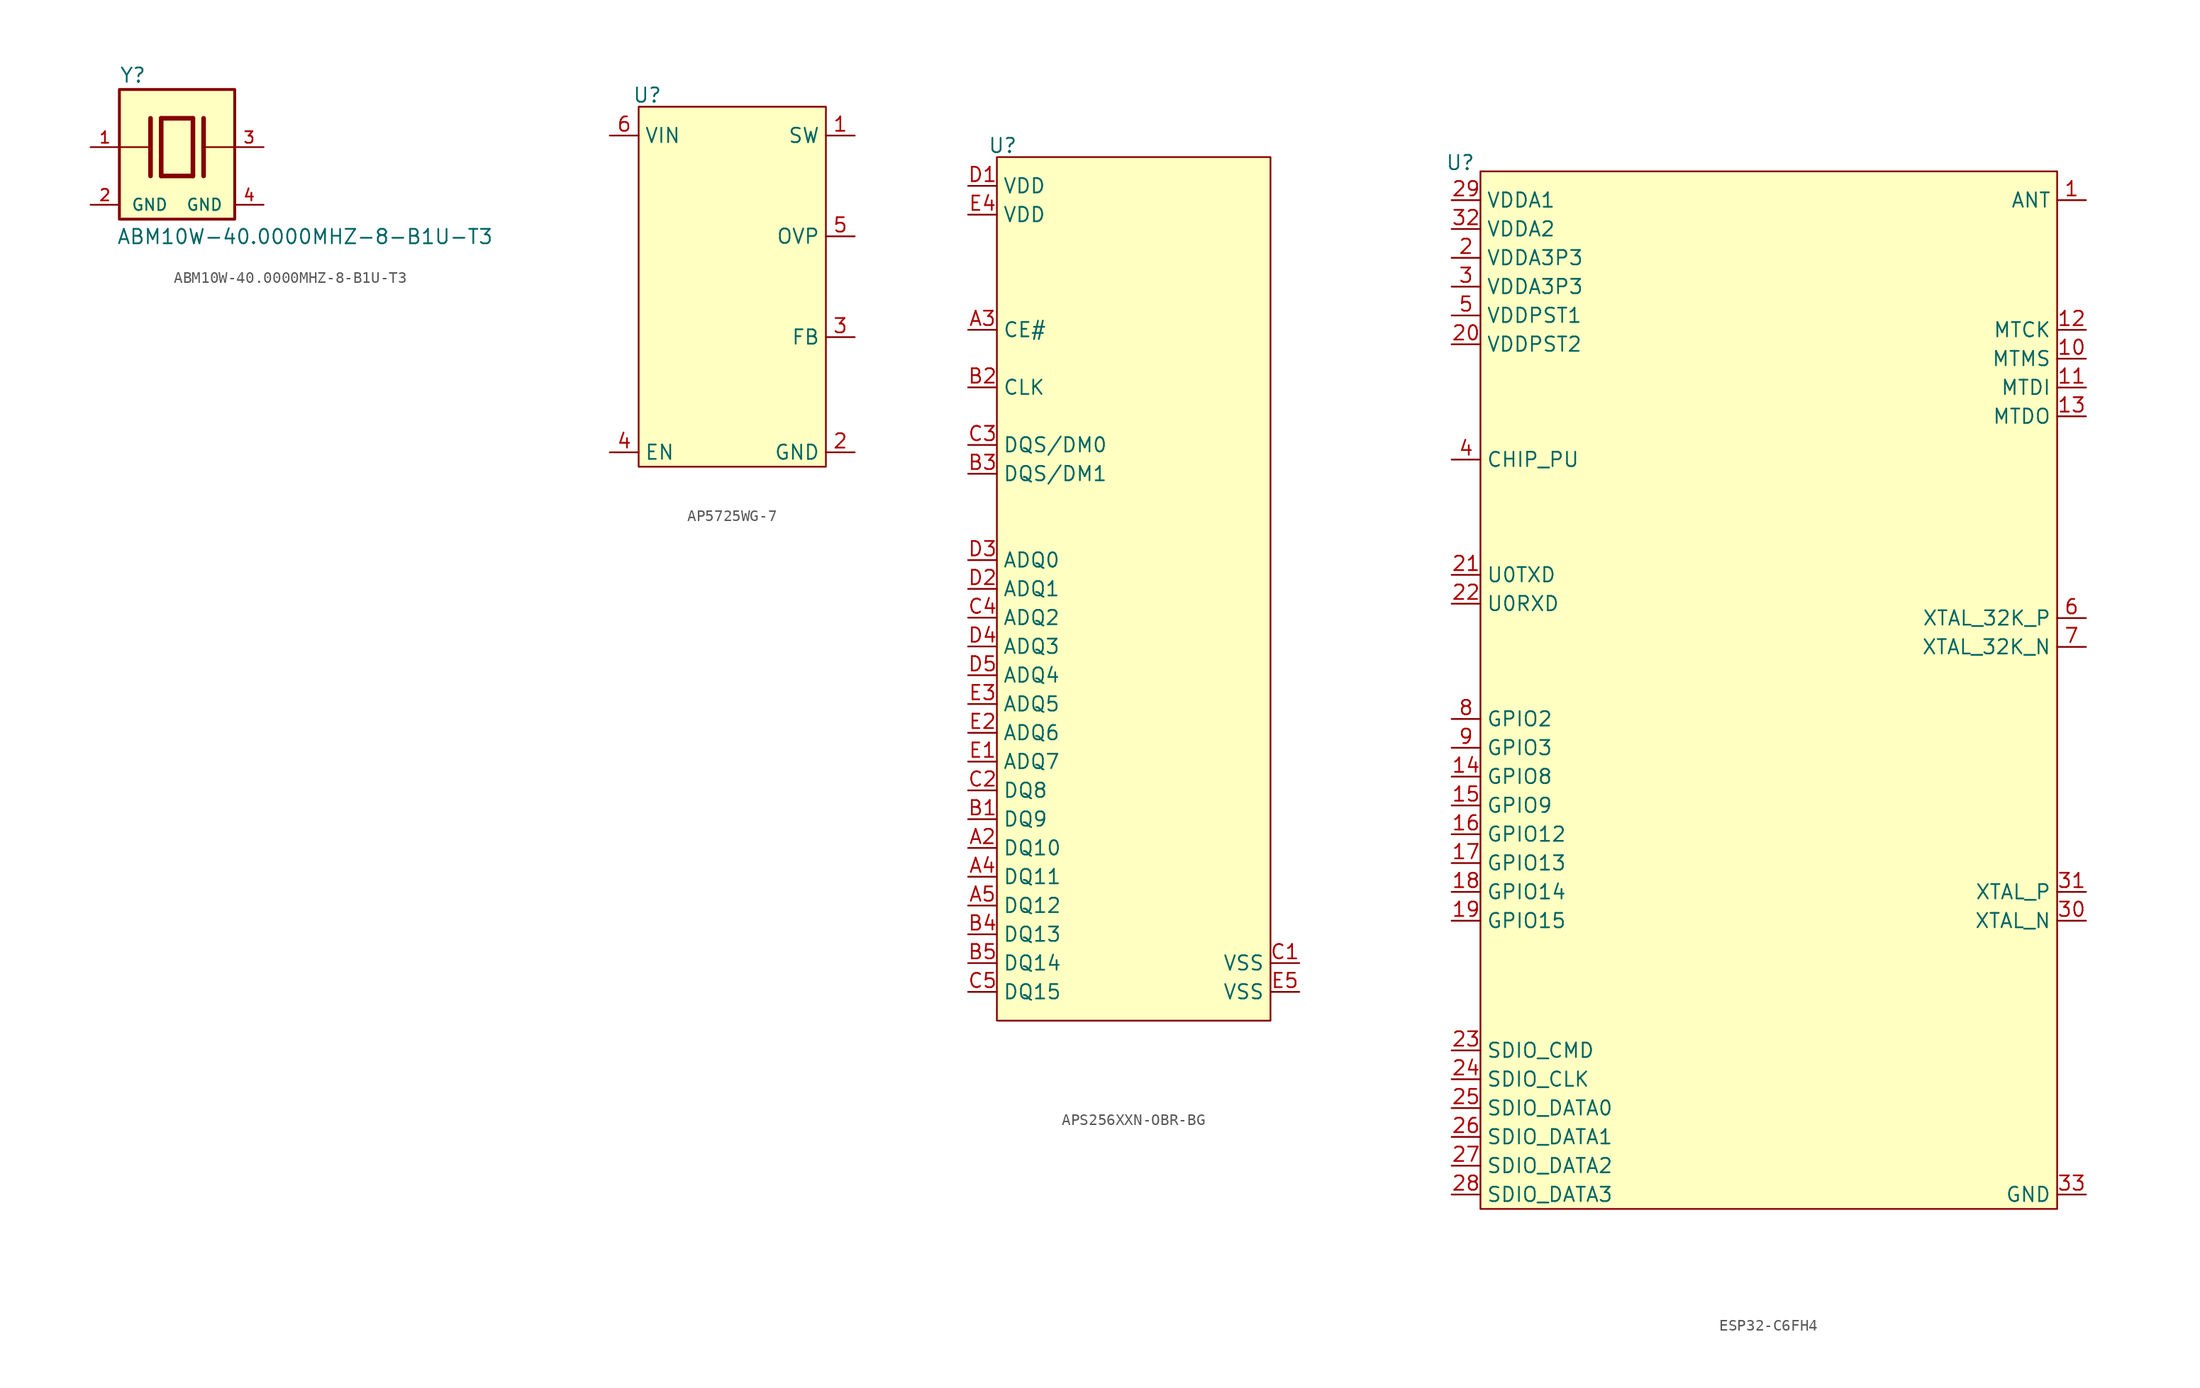
<source format=kicad_sym>
(kicad_symbol_lib
  (version 20241209)
  (generator "kicad_symbol_editor")
  (generator_version "9.0")
  (symbol "ABM10W-40.0000MHZ-8-B1U-T3"
    (pin_names
      (offset 1.016))
    (property "Reference" "Y"
      (at -5.08 5.588 0)
      (effects (font (size 1.27 1.27)) (justify left bottom)))
    (property "Value" "ABM10W-40.0000MHZ-8-B1U-T3"
      (at -5.334 -8.636 0)
      (effects (font (size 1.27 1.27)) (justify left bottom)))
    (symbol "ABM10W-40.0000MHZ-8-B1U-T3_0_0"
      (rectangle (start -5.08 5.08) (end 5.08 -6.35) (stroke (width 0.254) (type default)) (fill (type background)))
      (polyline (pts (xy -5.08 0) (xy -2.54 0)) (stroke (width 0.152) (type default)) (fill (type none)))
      (polyline (pts (xy -2.337 2.54) (xy -2.337 -2.54)) (stroke (width 0.406) (type default)) (fill (type none)))
      (polyline (pts (xy -1.397 2.54) (xy -1.397 -2.54)) (stroke (width 0.406) (type default)) (fill (type none)))
      (polyline (pts (xy -1.397 2.54) (xy 1.397 2.54)) (stroke (width 0.406) (type default)) (fill (type none)))
      (polyline (pts (xy 1.397 2.54) (xy 1.397 -2.54)) (stroke (width 0.406) (type default)) (fill (type none)))
      (polyline (pts (xy 1.397 -2.54) (xy -1.397 -2.54)) (stroke (width 0.406) (type default)) (fill (type none)))
      (polyline (pts (xy 2.337 2.54) (xy 2.337 -2.54)) (stroke (width 0.406) (type default)) (fill (type none)))
      (polyline (pts (xy 2.54 0) (xy 5.08 0)) (stroke (width 0.152) (type default)) (fill (type none)))
      (pin passive line (at -7.62 0 0) (length 2.54) (name "~" (effects (font (size 1.016 1.016)))) (number "1" (effects (font (size 1.016 1.016)))))
      (pin power_in line (at -7.62 -5.08 0) (length 2.54) (name "GND" (effects (font (size 1.016 1.016)))) (number "2" (effects (font (size 1.016 1.016)))))
      (pin passive line (at 7.62 0 180) (length 2.54) (name "~" (effects (font (size 1.016 1.016)))) (number "3" (effects (font (size 1.016 1.016)))))
      (pin power_in line (at 7.62 -5.08 180) (length 2.54) (name "GND" (effects (font (size 1.016 1.016)))) (number "4" (effects (font (size 1.016 1.016)))))))
  (symbol "AP5725WG-7"
    (property "Reference" "U"
      (at 0.762 1.016 0)
      (effects (font (size 1.27 1.27))))
    (property "Value" ""
      (at 0 0 0)
      (effects (font (size 1.27 1.27))))
    (symbol "AP5725WG-7_0_1"
      (rectangle (start 0 0) (end 16.51 -31.75) (stroke (width 0) (type default)) (fill (type background))))
    (symbol "AP5725WG-7_1_1"
      (pin power_in line (at -2.54 -2.54 0) (length 2.54) (name "VIN" (effects (font (size 1.27 1.27)))) (number "6" (effects (font (size 1.27 1.27)))))
      (pin input line (at -2.54 -30.48 0) (length 2.54) (name "EN" (effects (font (size 1.27 1.27)))) (number "4" (effects (font (size 1.27 1.27)))))
      (pin power_out line (at 19.05 -2.54 180) (length 2.54) (name "SW" (effects (font (size 1.27 1.27)))) (number "1" (effects (font (size 1.27 1.27)))))
      (pin input line (at 19.05 -11.43 180) (length 2.54) (name "OVP" (effects (font (size 1.27 1.27)))) (number "5" (effects (font (size 1.27 1.27)))))
      (pin input line (at 19.05 -20.32 180) (length 2.54) (name "FB" (effects (font (size 1.27 1.27)))) (number "3" (effects (font (size 1.27 1.27)))))
      (pin power_out line (at 19.05 -30.48 180) (length 2.54) (name "GND" (effects (font (size 1.27 1.27)))) (number "2" (effects (font (size 1.27 1.27)))))))
  (symbol "APS256XXN-OBR-BG"
    (property "Reference" "U"
      (at 0.508 8.636 0)
      (effects (font (size 1.27 1.27))))
    (property "Value" ""
      (at 0 0 0)
      (effects (font (size 1.27 1.27))))
    (symbol "APS256XXN-OBR-BG_0_1"
      (rectangle (start 0 7.62) (end 24.13 -68.58) (stroke (width 0) (type default)) (fill (type background))))
    (symbol "APS256XXN-OBR-BG_1_1"
      (pin power_in line (at -2.54 5.08 0) (length 2.54) (name "VDD" (effects (font (size 1.27 1.27)))) (number "D1" (effects (font (size 1.27 1.27)))))
      (pin power_in line (at -2.54 2.54 0) (length 2.54) (name "VDD" (effects (font (size 1.27 1.27)))) (number "E4" (effects (font (size 1.27 1.27)))))
      (pin input line (at -2.54 -7.62 0) (length 2.54) (name "CE#" (effects (font (size 1.27 1.27)))) (number "A3" (effects (font (size 1.27 1.27)))))
      (pin input line (at -2.54 -12.7 0) (length 2.54) (name "CLK" (effects (font (size 1.27 1.27)))) (number "B2" (effects (font (size 1.27 1.27)))))
      (pin bidirectional line (at -2.54 -17.78 0) (length 2.54) (name "DQS/DM0" (effects (font (size 1.27 1.27)))) (number "C3" (effects (font (size 1.27 1.27)))))
      (pin bidirectional line (at -2.54 -20.32 0) (length 2.54) (name "DQS/DM1" (effects (font (size 1.27 1.27)))) (number "B3" (effects (font (size 1.27 1.27)))))
      (pin bidirectional line (at -2.54 -27.94 0) (length 2.54) (name "ADQ0" (effects (font (size 1.27 1.27)))) (number "D3" (effects (font (size 1.27 1.27)))))
      (pin bidirectional line (at -2.54 -30.48 0) (length 2.54) (name "ADQ1" (effects (font (size 1.27 1.27)))) (number "D2" (effects (font (size 1.27 1.27)))))
      (pin bidirectional line (at -2.54 -33.02 0) (length 2.54) (name "ADQ2" (effects (font (size 1.27 1.27)))) (number "C4" (effects (font (size 1.27 1.27)))))
      (pin bidirectional line (at -2.54 -35.56 0) (length 2.54) (name "ADQ3" (effects (font (size 1.27 1.27)))) (number "D4" (effects (font (size 1.27 1.27)))))
      (pin bidirectional line (at -2.54 -38.1 0) (length 2.54) (name "ADQ4" (effects (font (size 1.27 1.27)))) (number "D5" (effects (font (size 1.27 1.27)))))
      (pin bidirectional line (at -2.54 -40.64 0) (length 2.54) (name "ADQ5" (effects (font (size 1.27 1.27)))) (number "E3" (effects (font (size 1.27 1.27)))))
      (pin bidirectional line (at -2.54 -43.18 0) (length 2.54) (name "ADQ6" (effects (font (size 1.27 1.27)))) (number "E2" (effects (font (size 1.27 1.27)))))
      (pin bidirectional line (at -2.54 -45.72 0) (length 2.54) (name "ADQ7" (effects (font (size 1.27 1.27)))) (number "E1" (effects (font (size 1.27 1.27)))))
      (pin bidirectional line (at -2.54 -48.26 0) (length 2.54) (name "DQ8" (effects (font (size 1.27 1.27)))) (number "C2" (effects (font (size 1.27 1.27)))))
      (pin bidirectional line (at -2.54 -50.8 0) (length 2.54) (name "DQ9" (effects (font (size 1.27 1.27)))) (number "B1" (effects (font (size 1.27 1.27)))))
      (pin bidirectional line (at -2.54 -53.34 0) (length 2.54) (name "DQ10" (effects (font (size 1.27 1.27)))) (number "A2" (effects (font (size 1.27 1.27)))))
      (pin bidirectional line (at -2.54 -55.88 0) (length 2.54) (name "DQ11" (effects (font (size 1.27 1.27)))) (number "A4" (effects (font (size 1.27 1.27)))))
      (pin bidirectional line (at -2.54 -58.42 0) (length 2.54) (name "DQ12" (effects (font (size 1.27 1.27)))) (number "A5" (effects (font (size 1.27 1.27)))))
      (pin bidirectional line (at -2.54 -60.96 0) (length 2.54) (name "DQ13" (effects (font (size 1.27 1.27)))) (number "B4" (effects (font (size 1.27 1.27)))))
      (pin bidirectional line (at -2.54 -63.5 0) (length 2.54) (name "DQ14" (effects (font (size 1.27 1.27)))) (number "B5" (effects (font (size 1.27 1.27)))))
      (pin bidirectional line (at -2.54 -66.04 0) (length 2.54) (name "DQ15" (effects (font (size 1.27 1.27)))) (number "C5" (effects (font (size 1.27 1.27)))))
      (pin power_in line (at 26.67 -63.5 180) (length 2.54) (name "VSS" (effects (font (size 1.27 1.27)))) (number "C1" (effects (font (size 1.27 1.27)))))
      (pin power_in line (at 26.67 -66.04 180) (length 2.54) (name "VSS" (effects (font (size 1.27 1.27)))) (number "E5" (effects (font (size 1.27 1.27)))))))
  (symbol "ESP32-C6FH4"
    (property "Reference" "U"
      (at -1.778 0.762 0)
      (effects (font (size 1.27 1.27))))
    (property "Value" ""
      (at 0 0 0)
      (effects (font (size 1.27 1.27))))
    (symbol "ESP32-C6FH4_0_1"
      (rectangle (start 0 0) (end 50.8 -91.44) (stroke (width 0) (type default)) (fill (type background))))
    (symbol "ESP32-C6FH4_1_1"
      (pin power_in line (at -2.54 -2.54 0) (length 2.54) (name "VDDA1" (effects (font (size 1.27 1.27)))) (number "29" (effects (font (size 1.27 1.27)))))
      (pin power_in line (at -2.54 -5.08 0) (length 2.54) (name "VDDA2" (effects (font (size 1.27 1.27)))) (number "32" (effects (font (size 1.27 1.27)))))
      (pin power_in line (at -2.54 -7.62 0) (length 2.54) (name "VDDA3P3" (effects (font (size 1.27 1.27)))) (number "2" (effects (font (size 1.27 1.27)))))
      (pin power_in line (at -2.54 -10.16 0) (length 2.54) (name "VDDA3P3" (effects (font (size 1.27 1.27)))) (number "3" (effects (font (size 1.27 1.27)))))
      (pin power_in line (at -2.54 -12.7 0) (length 2.54) (name "VDDPST1" (effects (font (size 1.27 1.27)))) (number "5" (effects (font (size 1.27 1.27)))))
      (pin power_in line (at -2.54 -15.24 0) (length 2.54) (name "VDDPST2" (effects (font (size 1.27 1.27)))) (number "20" (effects (font (size 1.27 1.27)))))
      (pin bidirectional line (at -2.54 -25.4 0) (length 2.54) (name "CHIP_PU" (effects (font (size 1.27 1.27)))) (number "4" (effects (font (size 1.27 1.27)))))
      (pin output line (at -2.54 -35.56 0) (length 2.54) (name "U0TXD" (effects (font (size 1.27 1.27)))) (number "21" (effects (font (size 1.27 1.27)))) (alternate "GPIO16" bidirectional line))
      (pin input line (at -2.54 -38.1 0) (length 2.54) (name "U0RXD" (effects (font (size 1.27 1.27)))) (number "22" (effects (font (size 1.27 1.27)))) (alternate "GPIO17" bidirectional line))
      (pin bidirectional line (at -2.54 -48.26 0) (length 2.54) (name "GPIO2" (effects (font (size 1.27 1.27)))) (number "8" (effects (font (size 1.27 1.27)))))
      (pin bidirectional line (at -2.54 -50.8 0) (length 2.54) (name "GPIO3" (effects (font (size 1.27 1.27)))) (number "9" (effects (font (size 1.27 1.27)))))
      (pin bidirectional line (at -2.54 -53.34 0) (length 2.54) (name "GPIO8" (effects (font (size 1.27 1.27)))) (number "14" (effects (font (size 1.27 1.27)))))
      (pin bidirectional line (at -2.54 -55.88 0) (length 2.54) (name "GPIO9" (effects (font (size 1.27 1.27)))) (number "15" (effects (font (size 1.27 1.27)))))
      (pin bidirectional line (at -2.54 -58.42 0) (length 2.54) (name "GPIO12" (effects (font (size 1.27 1.27)))) (number "16" (effects (font (size 1.27 1.27)))))
      (pin bidirectional line (at -2.54 -60.96 0) (length 2.54) (name "GPIO13" (effects (font (size 1.27 1.27)))) (number "17" (effects (font (size 1.27 1.27)))))
      (pin bidirectional line (at -2.54 -63.5 0) (length 2.54) (name "GPIO14" (effects (font (size 1.27 1.27)))) (number "18" (effects (font (size 1.27 1.27)))))
      (pin bidirectional line (at -2.54 -66.04 0) (length 2.54) (name "GPIO15" (effects (font (size 1.27 1.27)))) (number "19" (effects (font (size 1.27 1.27)))))
      (pin bidirectional line (at -2.54 -77.47 0) (length 2.54) (name "SDIO_CMD" (effects (font (size 1.27 1.27)))) (number "23" (effects (font (size 1.27 1.27)))) (alternate "GPIO18" bidirectional line))
      (pin input line (at -2.54 -80.01 0) (length 2.54) (name "SDIO_CLK" (effects (font (size 1.27 1.27)))) (number "24" (effects (font (size 1.27 1.27)))) (alternate "GPIO19" bidirectional line))
      (pin bidirectional line (at -2.54 -82.55 0) (length 2.54) (name "SDIO_DATA0" (effects (font (size 1.27 1.27)))) (number "25" (effects (font (size 1.27 1.27)))) (alternate "GPIO20" bidirectional line))
      (pin bidirectional line (at -2.54 -85.09 0) (length 2.54) (name "SDIO_DATA1" (effects (font (size 1.27 1.27)))) (number "26" (effects (font (size 1.27 1.27)))) (alternate "GPIO21" bidirectional line))
      (pin bidirectional line (at -2.54 -87.63 0) (length 2.54) (name "SDIO_DATA2" (effects (font (size 1.27 1.27)))) (number "27" (effects (font (size 1.27 1.27)))) (alternate "GPIO22" bidirectional line))
      (pin bidirectional line (at -2.54 -90.17 0) (length 2.54) (name "SDIO_DATA3" (effects (font (size 1.27 1.27)))) (number "28" (effects (font (size 1.27 1.27)))) (alternate "GPIO23" bidirectional line))
      (pin bidirectional line (at 53.34 -2.54 180) (length 2.54) (name "ANT" (effects (font (size 1.27 1.27)))) (number "1" (effects (font (size 1.27 1.27)))))
      (pin bidirectional line (at 53.34 -13.97 180) (length 2.54) (name "MTCK" (effects (font (size 1.27 1.27)))) (number "12" (effects (font (size 1.27 1.27)))))
      (pin bidirectional line (at 53.34 -16.51 180) (length 2.54) (name "MTMS" (effects (font (size 1.27 1.27)))) (number "10" (effects (font (size 1.27 1.27)))) (alternate "GPIO4" bidirectional line))
      (pin bidirectional line (at 53.34 -19.05 180) (length 2.54) (name "MTDI" (effects (font (size 1.27 1.27)))) (number "11" (effects (font (size 1.27 1.27)))) (alternate "GPIO5" bidirectional line))
      (pin bidirectional line (at 53.34 -21.59 180) (length 2.54) (name "MTDO" (effects (font (size 1.27 1.27)))) (number "13" (effects (font (size 1.27 1.27)))) (alternate "GPIO7" bidirectional line))
      (pin bidirectional line (at 53.34 -39.37 180) (length 2.54) (name "XTAL_32K_P" (effects (font (size 1.27 1.27)))) (number "6" (effects (font (size 1.27 1.27)))))
      (pin bidirectional line (at 53.34 -41.91 180) (length 2.54) (name "XTAL_32K_N" (effects (font (size 1.27 1.27)))) (number "7" (effects (font (size 1.27 1.27)))))
      (pin bidirectional line (at 53.34 -63.5 180) (length 2.54) (name "XTAL_P" (effects (font (size 1.27 1.27)))) (number "31" (effects (font (size 1.27 1.27)))))
      (pin bidirectional line (at 53.34 -66.04 180) (length 2.54) (name "XTAL_N" (effects (font (size 1.27 1.27)))) (number "30" (effects (font (size 1.27 1.27)))))
      (pin power_in line (at 53.34 -90.17 180) (length 2.54) (name "GND" (effects (font (size 1.27 1.27)))) (number "33" (effects (font (size 1.27 1.27))))))))
</source>
